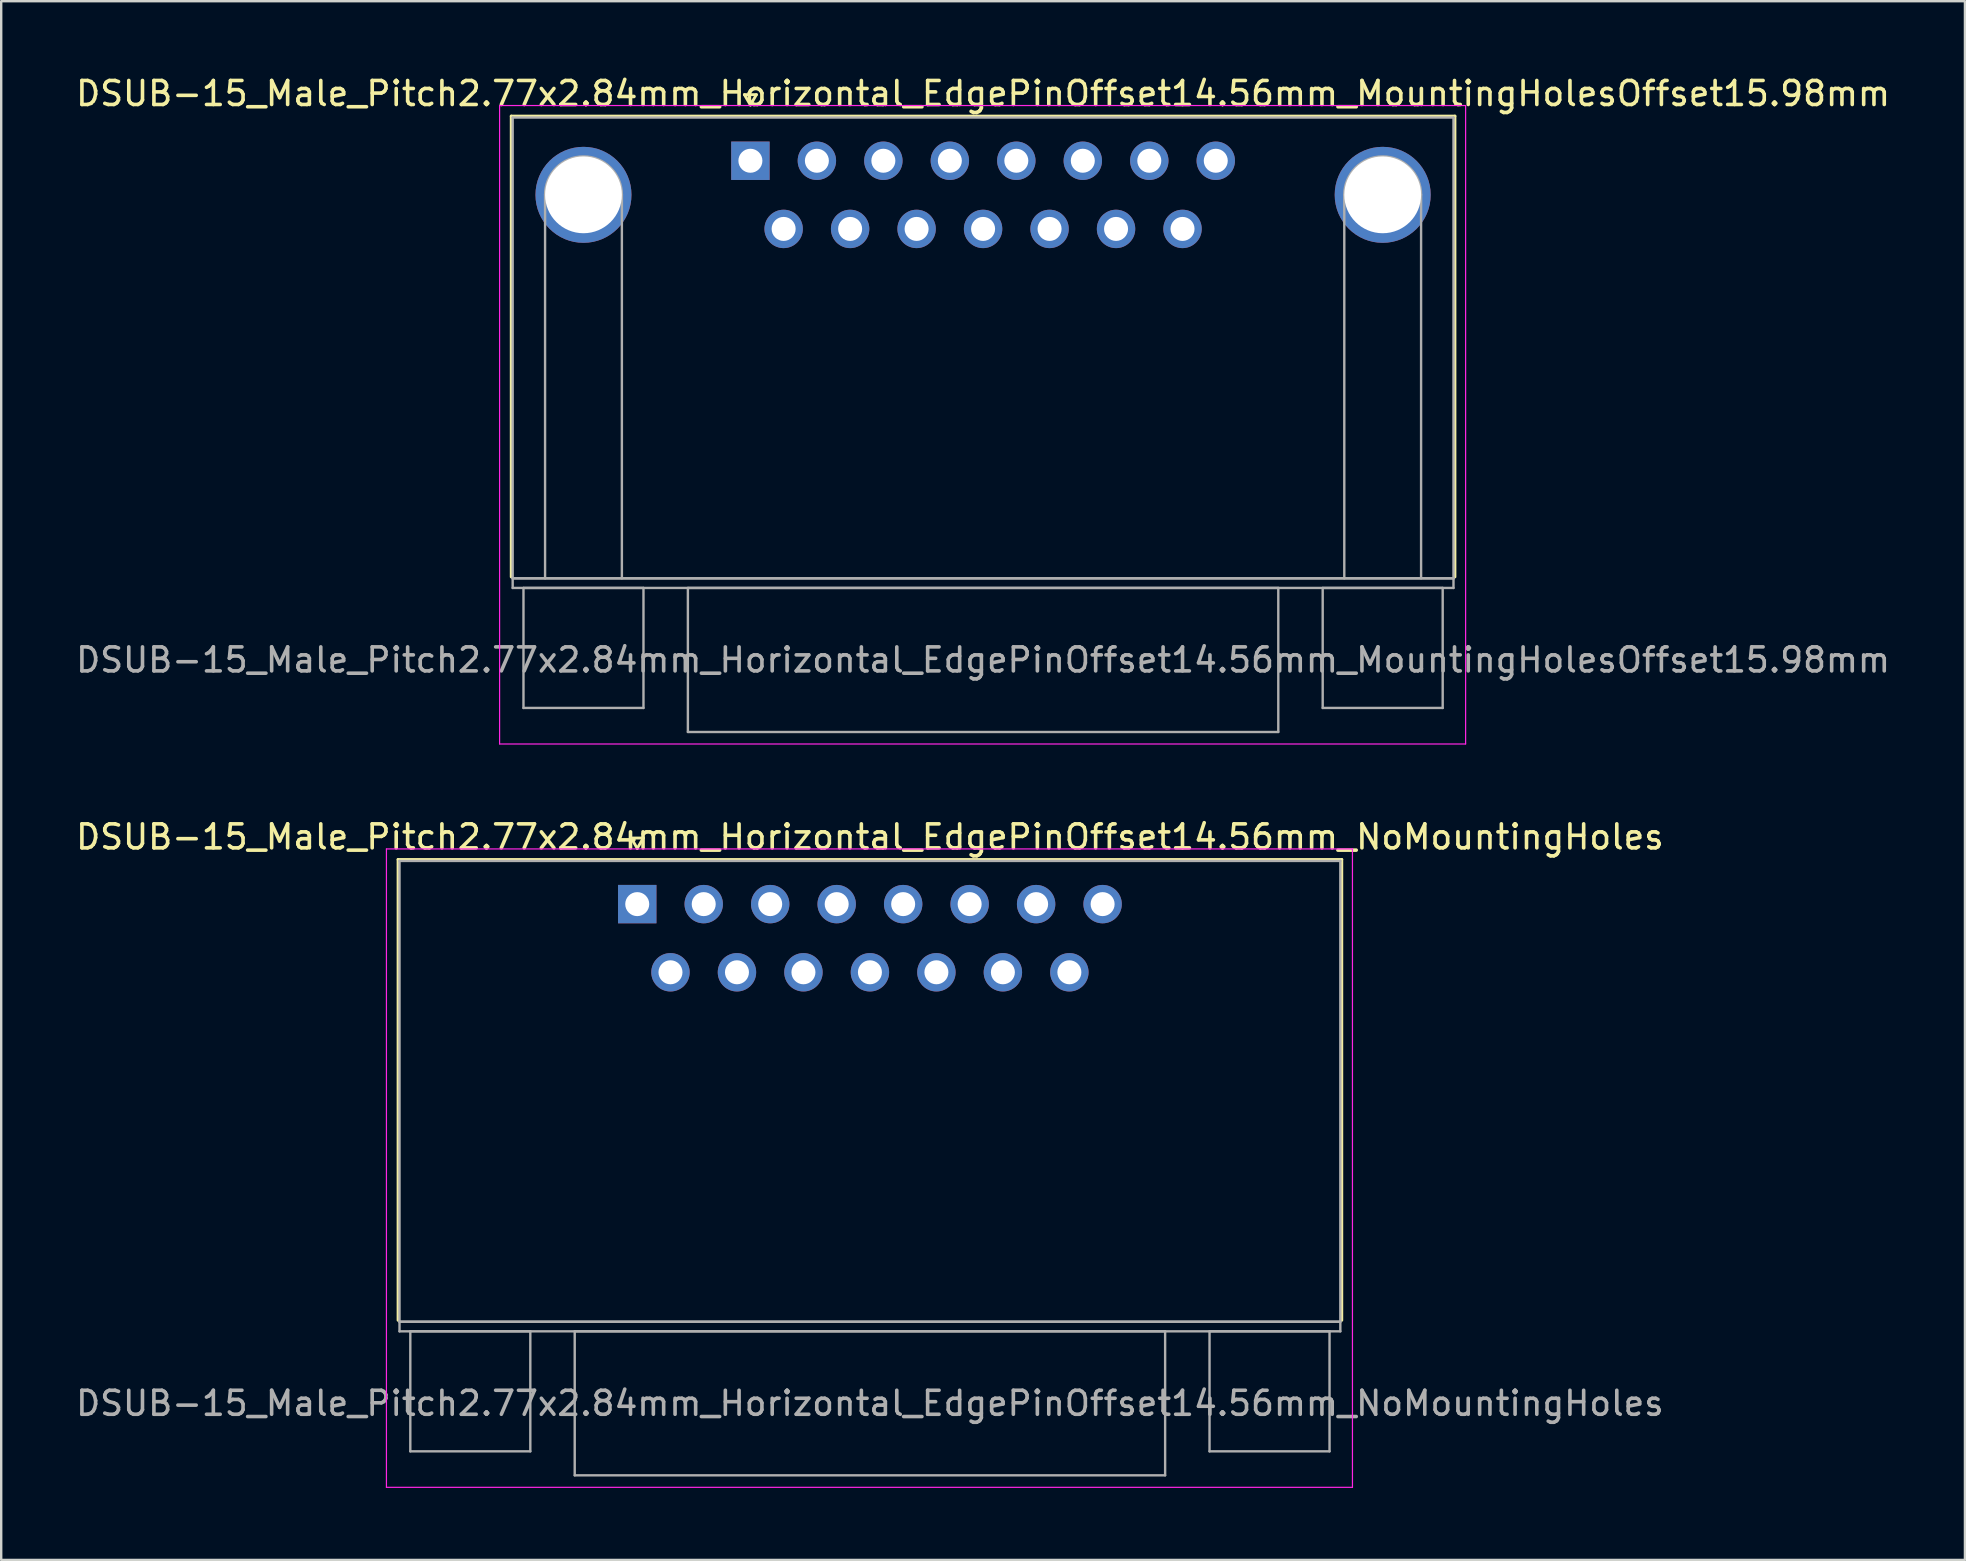
<source format=kicad_pcb>
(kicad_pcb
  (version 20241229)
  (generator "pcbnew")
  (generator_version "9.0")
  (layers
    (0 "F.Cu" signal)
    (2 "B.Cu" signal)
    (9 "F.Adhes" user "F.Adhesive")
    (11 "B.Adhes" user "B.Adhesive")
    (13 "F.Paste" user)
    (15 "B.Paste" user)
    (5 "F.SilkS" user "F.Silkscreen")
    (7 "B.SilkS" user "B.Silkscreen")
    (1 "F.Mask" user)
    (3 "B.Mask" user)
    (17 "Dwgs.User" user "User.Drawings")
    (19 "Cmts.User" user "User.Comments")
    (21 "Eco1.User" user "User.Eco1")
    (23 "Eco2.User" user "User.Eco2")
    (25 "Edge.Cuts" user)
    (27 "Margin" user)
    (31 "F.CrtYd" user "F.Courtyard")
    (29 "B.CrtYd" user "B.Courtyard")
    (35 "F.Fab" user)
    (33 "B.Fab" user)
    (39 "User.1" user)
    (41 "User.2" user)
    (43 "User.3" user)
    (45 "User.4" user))
  (footprint "DSUB-15_Male_Pitch2.77x2.84mm_Horizontal_EdgePinOffset14.56mm_NoMountingHoles"
    (layer "F.Cu")
    (at 23.501 34.621)
    (property "Reference" "DSUB-15_Male_Pitch2.77x2.84mm_Horizontal_EdgePinOffset14.56mm_NoMountingHoles" (at 9.695 -2.8 0) (layer "F.SilkS") (effects (font (size 1 1) (thickness 0.15))))
    (attr through_hole)
    (fp_line (start -9.965 -1.86) (end 29.355 -1.86) (stroke (width 0.12) (type solid)) (layer "F.SilkS"))
    (fp_line (start -9.965 17.34) (end -9.965 -1.86) (stroke (width 0.12) (type solid)) (layer "F.SilkS"))
    (fp_line (start -0.25 -2.754) (end 0.25 -2.754) (stroke (width 0.12) (type solid)) (layer "F.SilkS"))
    (fp_line (start 0 -2.321) (end -0.25 -2.754) (stroke (width 0.12) (type solid)) (layer "F.SilkS"))
    (fp_line (start 0.25 -2.754) (end 0 -2.321) (stroke (width 0.12) (type solid)) (layer "F.SilkS"))
    (fp_line (start 29.355 -1.86) (end 29.355 17.34) (stroke (width 0.12) (type solid)) (layer "F.SilkS"))
    (fp_line (start -10.45 -2.3) (end -10.45 24.3) (stroke (width 0.05) (type solid)) (layer "F.CrtYd"))
    (fp_line (start -10.45 24.3) (end 29.8 24.3) (stroke (width 0.05) (type solid)) (layer "F.CrtYd"))
    (fp_line (start 29.8 -2.3) (end -10.45 -2.3) (stroke (width 0.05) (type solid)) (layer "F.CrtYd"))
    (fp_line (start 29.8 24.3) (end 29.8 -2.3) (stroke (width 0.05) (type solid)) (layer "F.CrtYd"))
    (fp_line (start -9.905 -1.8) (end -9.905 17.4) (stroke (width 0.1) (type solid)) (layer "F.Fab"))
    (fp_line (start -9.905 17.4) (end -9.905 17.8) (stroke (width 0.1) (type solid)) (layer "F.Fab"))
    (fp_line (start -9.905 17.4) (end 29.295 17.4) (stroke (width 0.1) (type solid)) (layer "F.Fab"))
    (fp_line (start -9.905 17.8) (end 29.295 17.8) (stroke (width 0.1) (type solid)) (layer "F.Fab"))
    (fp_line (start -9.455 17.8) (end -9.455 22.8) (stroke (width 0.1) (type solid)) (layer "F.Fab"))
    (fp_line (start -9.455 22.8) (end -4.455 22.8) (stroke (width 0.1) (type solid)) (layer "F.Fab"))
    (fp_line (start -4.455 17.8) (end -9.455 17.8) (stroke (width 0.1) (type solid)) (layer "F.Fab"))
    (fp_line (start -4.455 22.8) (end -4.455 17.8) (stroke (width 0.1) (type solid)) (layer "F.Fab"))
    (fp_line (start -2.605 17.8) (end -2.605 23.8) (stroke (width 0.1) (type solid)) (layer "F.Fab"))
    (fp_line (start -2.605 23.8) (end 21.995 23.8) (stroke (width 0.1) (type solid)) (layer "F.Fab"))
    (fp_line (start 21.995 17.8) (end -2.605 17.8) (stroke (width 0.1) (type solid)) (layer "F.Fab"))
    (fp_line (start 21.995 23.8) (end 21.995 17.8) (stroke (width 0.1) (type solid)) (layer "F.Fab"))
    (fp_line (start 23.845 17.8) (end 23.845 22.8) (stroke (width 0.1) (type solid)) (layer "F.Fab"))
    (fp_line (start 23.845 22.8) (end 28.845 22.8) (stroke (width 0.1) (type solid)) (layer "F.Fab"))
    (fp_line (start 28.845 17.8) (end 23.845 17.8) (stroke (width 0.1) (type solid)) (layer "F.Fab"))
    (fp_line (start 28.845 22.8) (end 28.845 17.8) (stroke (width 0.1) (type solid)) (layer "F.Fab"))
    (fp_line (start 29.295 -1.8) (end -9.905 -1.8) (stroke (width 0.1) (type solid)) (layer "F.Fab"))
    (fp_line (start 29.295 17.4) (end -9.905 17.4) (stroke (width 0.1) (type solid)) (layer "F.Fab"))
    (fp_line (start 29.295 17.4) (end 29.295 -1.8) (stroke (width 0.1) (type solid)) (layer "F.Fab"))
    (fp_line (start 29.295 17.8) (end 29.295 17.4) (stroke (width 0.1) (type solid)) (layer "F.Fab"))
    (fp_text user "${REFERENCE}" (at 9.695 20.8 0) (layer "F.Fab") (effects (font (size 1 1) (thickness 0.15))))
    (pad "1" thru_hole rect (at 0 0) (size 1.6 1.6) (drill 1) (layers "*.Cu" "*.Mask"))
    (pad "2" thru_hole circle (at 2.77 0) (size 1.6 1.6) (drill 1) (layers "*.Cu" "*.Mask"))
    (pad "3" thru_hole circle (at 5.54 0) (size 1.6 1.6) (drill 1) (layers "*.Cu" "*.Mask"))
    (pad "4" thru_hole circle (at 8.31 0) (size 1.6 1.6) (drill 1) (layers "*.Cu" "*.Mask"))
    (pad "5" thru_hole circle (at 11.08 0) (size 1.6 1.6) (drill 1) (layers "*.Cu" "*.Mask"))
    (pad "6" thru_hole circle (at 13.85 0) (size 1.6 1.6) (drill 1) (layers "*.Cu" "*.Mask"))
    (pad "7" thru_hole circle (at 16.62 0) (size 1.6 1.6) (drill 1) (layers "*.Cu" "*.Mask"))
    (pad "8" thru_hole circle (at 19.39 0) (size 1.6 1.6) (drill 1) (layers "*.Cu" "*.Mask"))
    (pad "9" thru_hole circle (at 1.385 2.84) (size 1.6 1.6) (drill 1) (layers "*.Cu" "*.Mask"))
    (pad "10" thru_hole circle (at 4.155 2.84) (size 1.6 1.6) (drill 1) (layers "*.Cu" "*.Mask"))
    (pad "11" thru_hole circle (at 6.925 2.84) (size 1.6 1.6) (drill 1) (layers "*.Cu" "*.Mask"))
    (pad "12" thru_hole circle (at 9.695 2.84) (size 1.6 1.6) (drill 1) (layers "*.Cu" "*.Mask"))
    (pad "13" thru_hole circle (at 12.465 2.84) (size 1.6 1.6) (drill 1) (layers "*.Cu" "*.Mask"))
    (pad "14" thru_hole circle (at 15.235 2.84) (size 1.6 1.6) (drill 1) (layers "*.Cu" "*.Mask"))
    (pad "15" thru_hole circle (at 18.005 2.84) (size 1.6 1.6) (drill 1) (layers "*.Cu" "*.Mask")))
  (footprint "DSUB-15_Male_Pitch2.77x2.84mm_Horizontal_EdgePinOffset14.56mm_MountingHolesOffset15.98mm"
    (layer "F.Cu")
    (at 28.216 3.648)
    (property "Reference" "DSUB-15_Male_Pitch2.77x2.84mm_Horizontal_EdgePinOffset14.56mm_MountingHolesOffset15.98mm" (at 9.695 -2.8 0) (layer "F.SilkS") (effects (font (size 1 1) (thickness 0.15))))
    (attr through_hole)
    (fp_line (start -9.965 -1.86) (end 29.355 -1.86) (stroke (width 0.12) (type solid)) (layer "F.SilkS"))
    (fp_line (start -9.965 17.34) (end -9.965 -1.86) (stroke (width 0.12) (type solid)) (layer "F.SilkS"))
    (fp_line (start -0.25 -2.754) (end 0.25 -2.754) (stroke (width 0.12) (type solid)) (layer "F.SilkS"))
    (fp_line (start 0 -2.321) (end -0.25 -2.754) (stroke (width 0.12) (type solid)) (layer "F.SilkS"))
    (fp_line (start 0.25 -2.754) (end 0 -2.321) (stroke (width 0.12) (type solid)) (layer "F.SilkS"))
    (fp_line (start 29.355 -1.86) (end 29.355 17.34) (stroke (width 0.12) (type solid)) (layer "F.SilkS"))
    (fp_line (start -10.45 -2.3) (end -10.45 24.3) (stroke (width 0.05) (type solid)) (layer "F.CrtYd"))
    (fp_line (start -10.45 24.3) (end 29.8 24.3) (stroke (width 0.05) (type solid)) (layer "F.CrtYd"))
    (fp_line (start 29.8 -2.3) (end -10.45 -2.3) (stroke (width 0.05) (type solid)) (layer "F.CrtYd"))
    (fp_line (start 29.8 24.3) (end 29.8 -2.3) (stroke (width 0.05) (type solid)) (layer "F.CrtYd"))
    (fp_line (start -9.905 -1.8) (end -9.905 17.4) (stroke (width 0.1) (type solid)) (layer "F.Fab"))
    (fp_line (start -9.905 17.4) (end -9.905 17.8) (stroke (width 0.1) (type solid)) (layer "F.Fab"))
    (fp_line (start -9.905 17.4) (end 29.295 17.4) (stroke (width 0.1) (type solid)) (layer "F.Fab"))
    (fp_line (start -9.905 17.8) (end 29.295 17.8) (stroke (width 0.1) (type solid)) (layer "F.Fab"))
    (fp_line (start -9.455 17.8) (end -9.455 22.8) (stroke (width 0.1) (type solid)) (layer "F.Fab"))
    (fp_line (start -9.455 22.8) (end -4.455 22.8) (stroke (width 0.1) (type solid)) (layer "F.Fab"))
    (fp_line (start -8.555 17.4) (end -8.555 1.42) (stroke (width 0.1) (type solid)) (layer "F.Fab"))
    (fp_line (start -5.355 17.4) (end -5.355 1.42) (stroke (width 0.1) (type solid)) (layer "F.Fab"))
    (fp_line (start -4.455 17.8) (end -9.455 17.8) (stroke (width 0.1) (type solid)) (layer "F.Fab"))
    (fp_line (start -4.455 22.8) (end -4.455 17.8) (stroke (width 0.1) (type solid)) (layer "F.Fab"))
    (fp_line (start -2.605 17.8) (end -2.605 23.8) (stroke (width 0.1) (type solid)) (layer "F.Fab"))
    (fp_line (start -2.605 23.8) (end 21.995 23.8) (stroke (width 0.1) (type solid)) (layer "F.Fab"))
    (fp_line (start 21.995 17.8) (end -2.605 17.8) (stroke (width 0.1) (type solid)) (layer "F.Fab"))
    (fp_line (start 21.995 23.8) (end 21.995 17.8) (stroke (width 0.1) (type solid)) (layer "F.Fab"))
    (fp_line (start 23.845 17.8) (end 23.845 22.8) (stroke (width 0.1) (type solid)) (layer "F.Fab"))
    (fp_line (start 23.845 22.8) (end 28.845 22.8) (stroke (width 0.1) (type solid)) (layer "F.Fab"))
    (fp_line (start 24.745 17.4) (end 24.745 1.42) (stroke (width 0.1) (type solid)) (layer "F.Fab"))
    (fp_line (start 27.945 17.4) (end 27.945 1.42) (stroke (width 0.1) (type solid)) (layer "F.Fab"))
    (fp_line (start 28.845 17.8) (end 23.845 17.8) (stroke (width 0.1) (type solid)) (layer "F.Fab"))
    (fp_line (start 28.845 22.8) (end 28.845 17.8) (stroke (width 0.1) (type solid)) (layer "F.Fab"))
    (fp_line (start 29.295 -1.8) (end -9.905 -1.8) (stroke (width 0.1) (type solid)) (layer "F.Fab"))
    (fp_line (start 29.295 17.4) (end -9.905 17.4) (stroke (width 0.1) (type solid)) (layer "F.Fab"))
    (fp_line (start 29.295 17.4) (end 29.295 -1.8) (stroke (width 0.1) (type solid)) (layer "F.Fab"))
    (fp_line (start 29.295 17.8) (end 29.295 17.4) (stroke (width 0.1) (type solid)) (layer "F.Fab"))
    (fp_arc (start -8.555 1.42) (mid -6.955 -0.18) (end -5.355 1.42) (stroke (width 0.1) (type solid)) (layer "F.Fab"))
    (fp_arc (start 24.745 1.42) (mid 26.345 -0.18) (end 27.945 1.42) (stroke (width 0.1) (type solid)) (layer "F.Fab"))
    (fp_text user "${REFERENCE}" (at 9.695 20.8 0) (layer "F.Fab") (effects (font (size 1 1) (thickness 0.15))))
    (pad "0" thru_hole circle (at -6.955 1.42) (size 4 4) (drill 3.2) (layers "*.Cu" "*.Mask"))
    (pad "0" thru_hole circle (at 26.345 1.42) (size 4 4) (drill 3.2) (layers "*.Cu" "*.Mask"))
    (pad "1" thru_hole rect (at 0 0) (size 1.6 1.6) (drill 1) (layers "*.Cu" "*.Mask"))
    (pad "2" thru_hole circle (at 2.77 0) (size 1.6 1.6) (drill 1) (layers "*.Cu" "*.Mask"))
    (pad "3" thru_hole circle (at 5.54 0) (size 1.6 1.6) (drill 1) (layers "*.Cu" "*.Mask"))
    (pad "4" thru_hole circle (at 8.31 0) (size 1.6 1.6) (drill 1) (layers "*.Cu" "*.Mask"))
    (pad "5" thru_hole circle (at 11.08 0) (size 1.6 1.6) (drill 1) (layers "*.Cu" "*.Mask"))
    (pad "6" thru_hole circle (at 13.85 0) (size 1.6 1.6) (drill 1) (layers "*.Cu" "*.Mask"))
    (pad "7" thru_hole circle (at 16.62 0) (size 1.6 1.6) (drill 1) (layers "*.Cu" "*.Mask"))
    (pad "8" thru_hole circle (at 19.39 0) (size 1.6 1.6) (drill 1) (layers "*.Cu" "*.Mask"))
    (pad "9" thru_hole circle (at 1.385 2.84) (size 1.6 1.6) (drill 1) (layers "*.Cu" "*.Mask"))
    (pad "10" thru_hole circle (at 4.155 2.84) (size 1.6 1.6) (drill 1) (layers "*.Cu" "*.Mask"))
    (pad "11" thru_hole circle (at 6.925 2.84) (size 1.6 1.6) (drill 1) (layers "*.Cu" "*.Mask"))
    (pad "12" thru_hole circle (at 9.695 2.84) (size 1.6 1.6) (drill 1) (layers "*.Cu" "*.Mask"))
    (pad "13" thru_hole circle (at 12.465 2.84) (size 1.6 1.6) (drill 1) (layers "*.Cu" "*.Mask"))
    (pad "14" thru_hole circle (at 15.235 2.84) (size 1.6 1.6) (drill 1) (layers "*.Cu" "*.Mask"))
    (pad "15" thru_hole circle (at 18.005 2.84) (size 1.6 1.6) (drill 1) (layers "*.Cu" "*.Mask")))
  (gr_rect
    (start -3 -3)
    (end 78.821 61.947)
    (stroke (width 0.1) (type default))
    (fill no)
    (layer "Edge.Cuts")))
</source>
